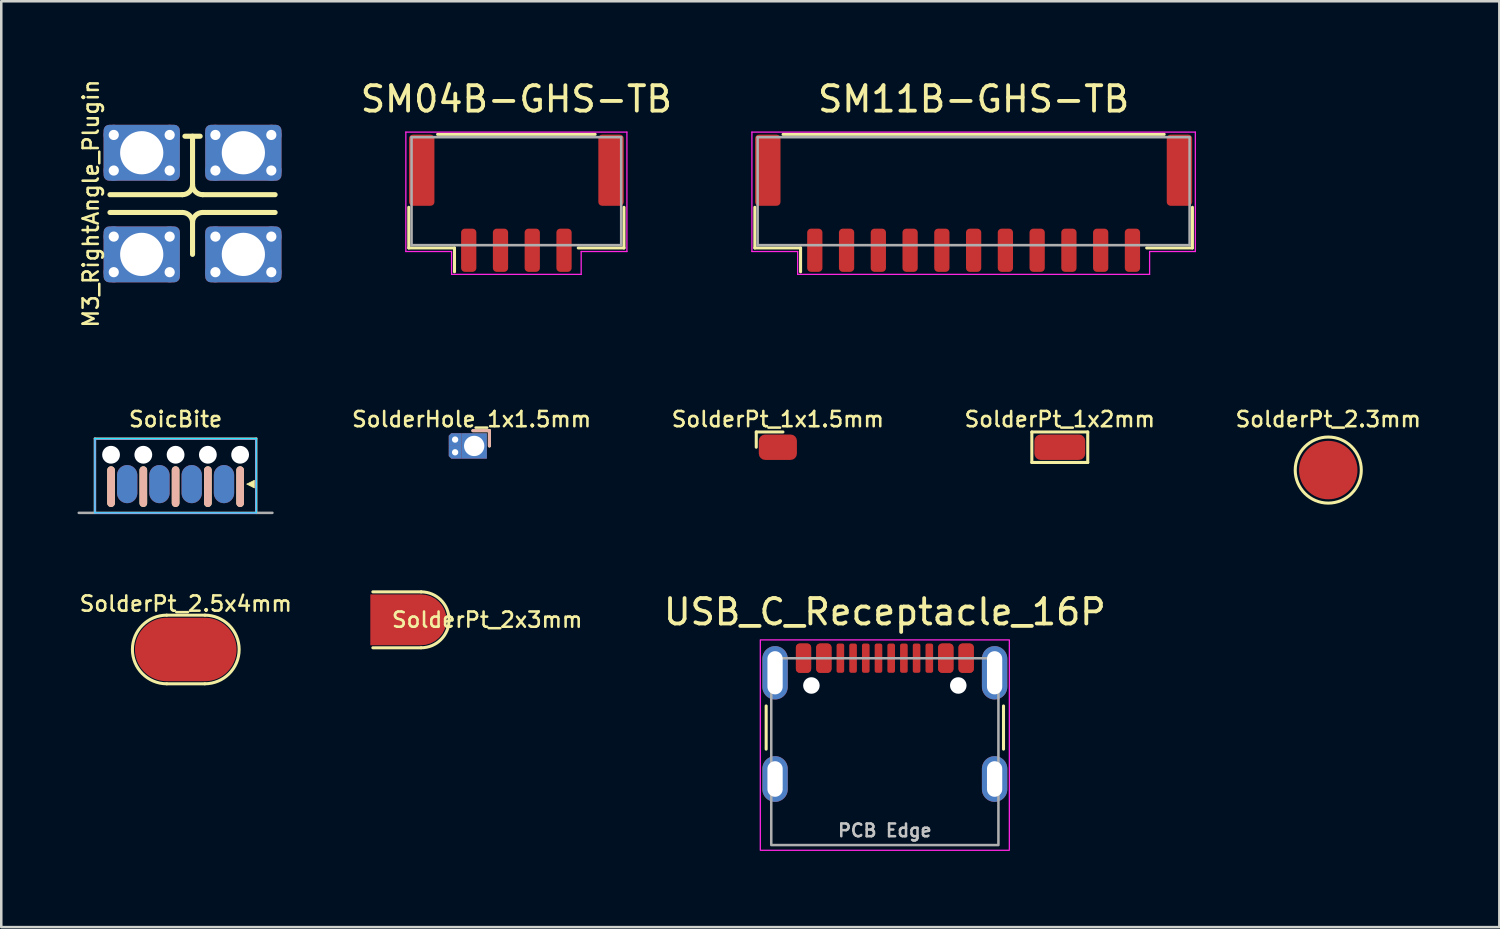
<source format=kicad_pcb>
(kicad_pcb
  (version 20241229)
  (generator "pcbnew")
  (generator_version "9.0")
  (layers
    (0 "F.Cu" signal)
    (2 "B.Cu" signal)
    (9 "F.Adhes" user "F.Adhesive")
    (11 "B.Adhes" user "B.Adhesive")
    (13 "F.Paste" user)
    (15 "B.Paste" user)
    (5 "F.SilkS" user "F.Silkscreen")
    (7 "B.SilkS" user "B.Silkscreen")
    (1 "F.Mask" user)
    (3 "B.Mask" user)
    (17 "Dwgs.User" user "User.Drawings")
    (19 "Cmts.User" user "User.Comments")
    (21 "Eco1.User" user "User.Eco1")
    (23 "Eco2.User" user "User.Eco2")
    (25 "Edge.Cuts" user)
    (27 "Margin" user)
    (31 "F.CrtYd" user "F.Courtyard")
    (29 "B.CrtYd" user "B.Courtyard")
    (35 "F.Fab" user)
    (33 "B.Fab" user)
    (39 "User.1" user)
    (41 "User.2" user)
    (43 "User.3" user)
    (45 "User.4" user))
  (footprint "SolderPt_1x2mm"
    (layer "F.Cu")
    (at 38.656 14.549)
    (property "Reference" "SolderPt_1x2mm" (at 0 -1.1 0) (unlocked yes) (layer "F.SilkS") (effects (font (size 0.6 0.6) (thickness 0.1))))
    (attr smd exclude_from_pos_files exclude_from_bom)
    (fp_line (start -1.1 0.6) (end -1.1 -0.6) (stroke (width 0.12) (type solid)) (layer "F.SilkS"))
    (fp_line (start -1.1 0.6) (end 1.1 0.6) (stroke (width 0.12) (type solid)) (layer "F.SilkS"))
    (fp_line (start 1.1 -0.6) (end -1.1 -0.6) (stroke (width 0.12) (type solid)) (layer "F.SilkS"))
    (fp_line (start 1.1 -0.6) (end 1.1 0.6) (stroke (width 0.12) (type solid)) (layer "F.SilkS"))
    (pad "1" smd roundrect (at 0 0) (size 2 1) (layers "F.Cu" "F.Mask" "F.Paste") (roundrect_rratio 0.25)))
  (footprint "SolderPt_2.3mm"
    (layer "F.Cu")
    (at 49.221 15.449)
    (property "Reference" "SolderPt_2.3mm" (at 0 -2 0) (unlocked yes) (layer "F.SilkS") (effects (font (size 0.6 0.6) (thickness 0.1))))
    (attr smd exclude_from_pos_files exclude_from_bom)
    (fp_circle (center 0 0) (end 1.3 0) (stroke (width 0.12) (type default)) (fill no) (layer "F.SilkS"))
    (pad "1" smd circle (at 0 0) (size 2.3 2.3) (layers "F.Cu" "F.Mask" "F.Paste")))
  (footprint "SoicBite"
    (layer "F.Cu")
    (at 3.86 16.751)
    (property "Reference" "SoicBite" (at 0 -3.302 0) (layer "F.SilkS") (effects (font (size 0.6 0.6) (thickness 0.1))))
    (attr through_hole exclude_from_pos_files exclude_from_bom)
    (fp_line (start -2.54 0) (end -2.54 -1.3) (stroke (width 0.3) (type solid)) (layer "F.SilkS"))
    (fp_line (start -1.27 0) (end -1.27 -1.3) (stroke (width 0.3) (type solid)) (layer "F.SilkS"))
    (fp_line (start 0 0) (end 0 -1.3) (stroke (width 0.3) (type solid)) (layer "F.SilkS"))
    (fp_line (start 1.27 0) (end 1.27 -1.3) (stroke (width 0.3) (type solid)) (layer "F.SilkS"))
    (fp_line (start 2.54 0) (end 2.54 -1.3) (stroke (width 0.3) (type solid)) (layer "F.SilkS"))
    (fp_poly (pts (xy 2.8 -0.75) (xy 3.1 -0.9) (xy 3.1 -0.6)) (stroke (width 0.03) (type solid)) (fill yes) (layer "F.SilkS"))
    (fp_line (start -2.54 0) (end -2.54 -1.3) (stroke (width 0.3) (type solid)) (layer "B.SilkS"))
    (fp_line (start -1.27 0) (end -1.27 -1.3) (stroke (width 0.3) (type solid)) (layer "B.SilkS"))
    (fp_line (start 0 0) (end 0 -1.3) (stroke (width 0.3) (type solid)) (layer "B.SilkS"))
    (fp_line (start 1.27 0) (end 1.27 -1.3) (stroke (width 0.3) (type solid)) (layer "B.SilkS"))
    (fp_line (start 2.54 0) (end 2.54 -1.3) (stroke (width 0.3) (type solid)) (layer "B.SilkS"))
    (fp_line (start -3.175 -2.54) (end 3.175 -2.54) (stroke (width 0.05) (type solid)) (layer "B.CrtYd"))
    (fp_line (start -3.175 0.381) (end -3.175 -2.54) (stroke (width 0.05) (type solid)) (layer "B.CrtYd"))
    (fp_line (start 3.175 -2.54) (end 3.175 0.381) (stroke (width 0.05) (type solid)) (layer "B.CrtYd"))
    (fp_line (start 3.175 0.381) (end -3.175 0.381) (stroke (width 0.05) (type solid)) (layer "B.CrtYd"))
    (fp_line (start -3.175 -2.54) (end -3.175 0.381) (stroke (width 0.05) (type solid)) (layer "F.CrtYd"))
    (fp_line (start -3.175 0.381) (end 3.175 0.381) (stroke (width 0.05) (type solid)) (layer "F.CrtYd"))
    (fp_line (start 3.175 -2.54) (end -3.175 -2.54) (stroke (width 0.05) (type solid)) (layer "F.CrtYd"))
    (fp_line (start 3.175 0.381) (end 3.175 -2.54) (stroke (width 0.05) (type solid)) (layer "F.CrtYd"))
    (fp_line (start -3.81 0.381) (end 3.81 0.381) (stroke (width 0.1) (type solid)) (layer "F.Fab"))
    (fp_line (start -3.175 -2.54) (end -3.175 0.381) (stroke (width 0.1) (type solid)) (layer "F.Fab"))
    (fp_line (start 3.175 -2.54) (end -3.175 -2.54) (stroke (width 0.1) (type solid)) (layer "F.Fab"))
    (fp_line (start 3.175 0.381) (end 3.175 -2.54) (stroke (width 0.1) (type solid)) (layer "F.Fab"))
    (pad "" np_thru_hole circle (at -2.54 -1.905) (size 0.7 0.7) (drill 0.7) (layers "*.Cu" "*.Mask"))
    (pad "" np_thru_hole circle (at -1.27 -1.905) (size 0.7 0.7) (drill 0.7) (layers "*.Cu" "*.Mask"))
    (pad "" np_thru_hole circle (at 0 -1.905) (size 0.7 0.7) (drill 0.7) (layers "*.Cu" "*.Mask"))
    (pad "" np_thru_hole circle (at 1.27 -1.905) (size 0.7 0.7) (drill 0.7) (layers "*.Cu" "*.Mask"))
    (pad "" np_thru_hole circle (at 2.54 -1.905) (size 0.7 0.7) (drill 0.7) (layers "*.Cu" "*.Mask"))
    (pad "1" smd oval (at 1.905 -0.75) (size 0.8 1.5) (layers "F.Cu" "F.Mask"))
    (pad "2" smd oval (at 0.635 -0.75) (size 0.8 1.5) (layers "F.Cu" "F.Mask"))
    (pad "3" smd oval (at -0.635 -0.75) (size 0.8 1.5) (layers "F.Cu" "F.Mask"))
    (pad "4" smd oval (at -1.905 -0.75) (size 0.8 1.5) (layers "F.Cu" "F.Mask"))
    (pad "5" smd oval (at -1.905 -0.75) (size 0.8 1.5) (layers "B.Cu" "B.Mask"))
    (pad "6" smd oval (at -0.635 -0.75) (size 0.8 1.5) (layers "B.Cu" "B.Mask"))
    (pad "7" smd oval (at 0.635 -0.75) (size 0.8 1.5) (layers "B.Cu" "B.Mask"))
    (pad "8" smd oval (at 1.905 -0.75) (size 0.8 1.5) (layers "B.Cu" "B.Mask")))
  (footprint "SolderPt_2.5x4mm"
    (layer "F.Cu")
    (at 4.261 22.509)
    (property "Reference" "SolderPt_2.5x4mm" (at 0 -1.8 0) (unlocked yes) (layer "F.SilkS") (effects (font (size 0.6 0.6) (thickness 0.1))))
    (attr smd exclude_from_pos_files exclude_from_bom)
    (fp_line (start -0.75 1.35) (end 0.75 1.35) (stroke (width 0.12) (type solid)) (layer "F.SilkS"))
    (fp_line (start 0.75 -1.35) (end -0.75 -1.35) (stroke (width 0.12) (type solid)) (layer "F.SilkS"))
    (fp_arc (start -0.75 1.35) (mid -2.1 0) (end -0.75 -1.35) (stroke (width 0.12) (type solid)) (layer "F.SilkS"))
    (fp_arc (start 0.75 -1.35) (mid 2.1 0) (end 0.75 1.35) (stroke (width 0.12) (type solid)) (layer "F.SilkS"))
    (pad "1" smd oval (at 0 0) (size 4 2.5) (layers "F.Cu" "F.Mask" "F.Paste")))
  (footprint "SM11B-GHS-TB"
    (layer "F.Cu")
    (at 35.265 4.848)
    (property "Reference" "SM11B-GHS-TB" (at 0 -4 0) (layer "F.SilkS") (effects (font (size 1 1) (thickness 0.15))))
    (attr smd)
    (fp_line (start -8.61 0.26) (end -8.61 1.86) (stroke (width 0.12) (type solid)) (layer "F.SilkS"))
    (fp_line (start -8.61 1.86) (end -6.81 1.86) (stroke (width 0.12) (type solid)) (layer "F.SilkS"))
    (fp_line (start -7.5 -2.61) (end 7.5 -2.61) (stroke (width 0.12) (type solid)) (layer "F.SilkS"))
    (fp_line (start -6.81 1.86) (end -6.81 2.8) (stroke (width 0.12) (type solid)) (layer "F.SilkS"))
    (fp_line (start 8.61 0.26) (end 8.61 1.86) (stroke (width 0.12) (type solid)) (layer "F.SilkS"))
    (fp_line (start 8.61 1.86) (end 6.81 1.86) (stroke (width 0.12) (type solid)) (layer "F.SilkS"))
    (fp_line (start -8.725 -2.7) (end -8.725 2) (stroke (width 0.05) (type solid)) (layer "F.CrtYd"))
    (fp_line (start -8.725 2) (end -6.925 2) (stroke (width 0.05) (type solid)) (layer "F.CrtYd"))
    (fp_line (start -6.925 2) (end -6.925 2.9) (stroke (width 0.05) (type solid)) (layer "F.CrtYd"))
    (fp_line (start -6.925 2.9) (end 6.925 2.9) (stroke (width 0.05) (type solid)) (layer "F.CrtYd"))
    (fp_line (start 6.925 2) (end 8.725 2) (stroke (width 0.05) (type solid)) (layer "F.CrtYd"))
    (fp_line (start 6.925 2.9) (end 6.925 2) (stroke (width 0.05) (type solid)) (layer "F.CrtYd"))
    (fp_line (start 8.725 -2.7) (end -8.725 -2.7) (stroke (width 0.05) (type solid)) (layer "F.CrtYd"))
    (fp_line (start 8.725 2) (end 8.725 -2.7) (stroke (width 0.05) (type solid)) (layer "F.CrtYd"))
    (fp_line (start -8.5 -2.5) (end 8.5 -2.5) (stroke (width 0.1) (type solid)) (layer "F.Fab"))
    (fp_line (start -8.5 1.75) (end -8.5 -2.5) (stroke (width 0.1) (type solid)) (layer "F.Fab"))
    (fp_line (start -8.5 1.75) (end 8.5 1.75) (stroke (width 0.1) (type solid)) (layer "F.Fab"))
    (fp_line (start 8.5 1.75) (end 8.5 -2.5) (stroke (width 0.1) (type solid)) (layer "F.Fab"))
    (pad "1" smd roundrect (at 6.25 1.95) (size 0.6 1.7) (layers "F.Cu" "F.Mask" "F.Paste") (roundrect_rratio 0.25))
    (pad "2" smd roundrect (at 5 1.95) (size 0.6 1.7) (layers "F.Cu" "F.Mask" "F.Paste") (roundrect_rratio 0.25))
    (pad "3" smd roundrect (at 3.75 1.95) (size 0.6 1.7) (layers "F.Cu" "F.Mask" "F.Paste") (roundrect_rratio 0.25))
    (pad "4" smd roundrect (at 2.5 1.95) (size 0.6 1.7) (layers "F.Cu" "F.Mask" "F.Paste") (roundrect_rratio 0.25))
    (pad "5" smd roundrect (at 1.25 1.95) (size 0.6 1.7) (layers "F.Cu" "F.Mask" "F.Paste") (roundrect_rratio 0.25))
    (pad "6" smd roundrect (at 0 1.95) (size 0.6 1.7) (layers "F.Cu" "F.Mask" "F.Paste") (roundrect_rratio 0.25))
    (pad "7" smd roundrect (at -1.25 1.95) (size 0.6 1.7) (layers "F.Cu" "F.Mask" "F.Paste") (roundrect_rratio 0.25))
    (pad "8" smd roundrect (at -2.5 1.95) (size 0.6 1.7) (layers "F.Cu" "F.Mask" "F.Paste") (roundrect_rratio 0.25))
    (pad "9" smd roundrect (at -3.75 1.95) (size 0.6 1.7) (layers "F.Cu" "F.Mask" "F.Paste") (roundrect_rratio 0.25))
    (pad "10" smd roundrect (at -5 1.95) (size 0.6 1.7) (layers "F.Cu" "F.Mask" "F.Paste") (roundrect_rratio 0.25))
    (pad "11" smd roundrect (at -6.25 1.95) (size 0.6 1.7) (layers "F.Cu" "F.Mask" "F.Paste") (roundrect_rratio 0.25))
    (pad "MP" smd roundrect (at -8.1 -1.2) (size 1 2.8) (layers "F.Cu" "F.Mask" "F.Paste") (roundrect_rratio 0.15))
    (pad "MP" smd roundrect (at 8.1 -1.2) (size 1 2.8) (layers "F.Cu" "F.Mask" "F.Paste") (roundrect_rratio 0.15)))
  (footprint "USB_C_Receptacle_16P"
    (layer "F.Cu")
    (at 31.771 26.531)
    (property "Reference" "USB_C_Receptacle_16P" (at 0 -5.5 0) (unlocked yes) (layer "F.SilkS") (effects (font (size 1 1) (thickness 0.15))))
    (attr smd)
    (fp_line (start -4.67 -0.1) (end -4.67 -1.8) (stroke (width 0.12) (type solid)) (layer "F.SilkS"))
    (fp_line (start 4.67 -0.1) (end 4.67 -1.8) (stroke (width 0.12) (type solid)) (layer "F.SilkS"))
    (fp_rect (start -4.9 -4.4) (end 4.9 3.88) (stroke (width 0.05) (type solid)) (fill no) (layer "F.CrtYd"))
    (fp_rect (start -4.47 -3.675) (end 4.47 3.675) (stroke (width 0.1) (type solid)) (fill no) (layer "F.Fab"))
    (fp_text user "PCB Edge" (at 0 3.1 0) (unlocked yes) (layer "Dwgs.User") (effects (font (size 0.5 0.5) (thickness 0.1))))
    (pad "" np_thru_hole circle (at -2.89 -2.605) (size 0.65 0.65) (drill 0.65) (layers "*.Cu" "*.Mask"))
    (pad "" np_thru_hole circle (at 2.89 -2.605) (size 0.65 0.65) (drill 0.65) (layers "*.Cu" "*.Mask"))
    (pad "A1" smd roundrect (at -3.2 -3.68) (size 0.6 1.15) (layers "F.Cu" "F.Mask" "F.Paste") (roundrect_rratio 0.25))
    (pad "A4" smd roundrect (at -2.4 -3.68) (size 0.6 1.15) (layers "F.Cu" "F.Mask" "F.Paste") (roundrect_rratio 0.25))
    (pad "A5" smd roundrect (at -1.25 -3.68) (size 0.3 1.15) (layers "F.Cu" "F.Mask" "F.Paste") (roundrect_rratio 0.25))
    (pad "A6" smd roundrect (at -0.25 -3.68) (size 0.3 1.15) (layers "F.Cu" "F.Mask" "F.Paste") (roundrect_rratio 0.25))
    (pad "A7" smd roundrect (at 0.25 -3.68) (size 0.3 1.15) (layers "F.Cu" "F.Mask" "F.Paste") (roundrect_rratio 0.25))
    (pad "A8" smd roundrect (at -1.75 -3.68) (size 0.3 1.15) (layers "F.Cu" "F.Mask" "F.Paste") (roundrect_rratio 0.25))
    (pad "A9" smd roundrect (at 2.4 -3.68) (size 0.6 1.15) (layers "F.Cu" "F.Mask" "F.Paste") (roundrect_rratio 0.25))
    (pad "A12" smd roundrect (at 3.2 -3.68) (size 0.6 1.15) (layers "F.Cu" "F.Mask" "F.Paste") (roundrect_rratio 0.25))
    (pad "B1" smd roundrect (at 3.2 -3.68) (size 0.6 1.15) (layers "F.Cu" "F.Mask" "F.Paste") (roundrect_rratio 0.25))
    (pad "B4" smd roundrect (at 2.4 -3.68) (size 0.6 1.15) (layers "F.Cu" "F.Mask" "F.Paste") (roundrect_rratio 0.25))
    (pad "B5" smd roundrect (at 1.75 -3.68) (size 0.3 1.15) (layers "F.Cu" "F.Mask" "F.Paste") (roundrect_rratio 0.25))
    (pad "B6" smd roundrect (at 0.75 -3.68) (size 0.3 1.15) (layers "F.Cu" "F.Mask" "F.Paste") (roundrect_rratio 0.25))
    (pad "B7" smd roundrect (at -0.75 -3.68) (size 0.3 1.15) (layers "F.Cu" "F.Mask" "F.Paste") (roundrect_rratio 0.25))
    (pad "B8" smd roundrect (at 1.25 -3.68) (size 0.3 1.15) (layers "F.Cu" "F.Mask" "F.Paste") (roundrect_rratio 0.25))
    (pad "B9" smd roundrect (at -2.4 -3.68) (size 0.6 1.15) (layers "F.Cu" "F.Mask" "F.Paste") (roundrect_rratio 0.25))
    (pad "B12" smd roundrect (at -3.2 -3.68) (size 0.6 1.15) (layers "F.Cu" "F.Mask" "F.Paste") (roundrect_rratio 0.25))
    (pad "S1" thru_hole oval (at -4.32 -3.105) (size 1 2.1) (drill oval 0.6 1.7) (property pad_prop_heatsink) (layers "*.Cu" "*.Mask" "F.Paste"))
    (pad "S1" thru_hole oval (at -4.32 1.075) (size 1 1.8) (drill oval 0.6 1.4) (property pad_prop_heatsink) (layers "*.Cu" "*.Mask" "F.Paste"))
    (pad "S1" thru_hole oval (at 4.32 -3.105) (size 1 2.1) (drill oval 0.6 1.7) (property pad_prop_heatsink) (layers "*.Cu" "*.Mask" "F.Paste"))
    (pad "S1" thru_hole oval (at 4.32 1.075) (size 1 1.8) (drill oval 0.6 1.4) (property pad_prop_heatsink) (layers "*.Cu" "*.Mask" "F.Paste")))
  (footprint "SolderHole_1x1.5mm"
    (layer "F.Cu")
    (at 15.51 14.499)
    (property "Reference" "SolderHole_1x1.5mm" (at 0 -1.05 0) (unlocked yes) (layer "F.SilkS") (effects (font (size 0.6 0.6) (thickness 0.1))))
    (attr smd exclude_from_pos_files exclude_from_bom)
    (fp_line (start 0.7 -0.6) (end 0.05 -0.6) (stroke (width 0.12) (type solid)) (layer "F.SilkS"))
    (fp_line (start 0.7 0) (end 0.7 -0.6) (stroke (width 0.12) (type solid)) (layer "F.SilkS"))
    (fp_line (start 0.7 -0.6) (end 0.05 -0.6) (stroke (width 0.12) (type solid)) (layer "B.SilkS"))
    (fp_line (start 0.7 -0.6) (end 0.7 0) (stroke (width 0.12) (type solid)) (layer "B.SilkS"))
    (pad "1" thru_hole roundrect (at -0.65 -0.25) (size 0.5 0.5) (drill 0.25) (layers "*.Cu" "*.Mask") (roundrect_rratio 0) (chamfer_ratio 0.2) (chamfer top_left))
    (pad "1" thru_hole roundrect (at -0.65 0.25 90) (size 0.5 0.5) (drill 0.25) (layers "*.Cu" "*.Mask") (roundrect_rratio 0) (chamfer_ratio 0.2) (chamfer top_left))
    (pad "1" thru_hole rect (at 0.1 0 180) (size 1 1) (drill 0.8) (layers "*.Cu" "*.Mask")))
  (footprint "SolderPt_1x1.5mm"
    (layer "F.Cu")
    (at 27.561 14.549)
    (property "Reference" "SolderPt_1x1.5mm" (at 0 -1.1 0) (unlocked yes) (layer "F.SilkS") (effects (font (size 0.6 0.6) (thickness 0.1))))
    (attr smd exclude_from_pos_files exclude_from_bom)
    (fp_line (start -0.85 -0.6) (end 0.2 -0.6) (stroke (width 0.12) (type solid)) (layer "F.SilkS"))
    (fp_line (start -0.85 0) (end -0.85 -0.6) (stroke (width 0.12) (type solid)) (layer "F.SilkS"))
    (pad "1" smd roundrect (at 0 0 90) (size 1 1.5) (layers "F.Cu" "F.Mask" "F.Paste") (roundrect_rratio 0.25)))
  (footprint "M3_RightAngle_Plugin"
    (layer "F.Cu")
    (at 4.527 4.961)
    (property "Reference" "M3_RightAngle_Plugin" (at -4 0 90) (unlocked yes) (layer "F.SilkS") (effects (font (size 0.6 0.6) (thickness 0.1))))
    (attr smd)
    (fp_line (start -0.4 -0.35) (end -3.25 -0.35) (stroke (width 0.2) (type default)) (layer "F.SilkS"))
    (fp_line (start -0.4 0.35) (end -3.25 0.35) (stroke (width 0.2) (type default)) (layer "F.SilkS"))
    (fp_line (start 0 -0.75) (end 0 -2.65) (stroke (width 0.2) (type default)) (layer "F.SilkS"))
    (fp_line (start 0 2) (end 0 0.75) (stroke (width 0.2) (type default)) (layer "F.SilkS"))
    (fp_line (start 0.3 -2.65) (end -0.3 -2.65) (stroke (width 0.2) (type default)) (layer "F.SilkS"))
    (fp_line (start 0.4 -0.35) (end 3.25 -0.35) (stroke (width 0.2) (type default)) (layer "F.SilkS"))
    (fp_line (start 0.4 0.35) (end 3.25 0.35) (stroke (width 0.2) (type default)) (layer "F.SilkS"))
    (fp_arc (start -0.4 0.35) (mid -0.117157 0.467157) (end 0 0.75) (stroke (width 0.2) (type default)) (layer "F.SilkS"))
    (fp_arc (start 0 -0.75) (mid -0.117157 -0.467157) (end -0.4 -0.35) (stroke (width 0.2) (type default)) (layer "F.SilkS"))
    (fp_arc (start 0 0.75) (mid 0.117157 0.467157) (end 0.4 0.35) (stroke (width 0.2) (type default)) (layer "F.SilkS"))
    (fp_arc (start 0.4 -0.35) (mid 0.117157 -0.467157) (end 0 -0.75) (stroke (width 0.2) (type default)) (layer "F.SilkS"))
    (pad "1" thru_hole circle (at -3.1 -2.7 90) (size 0.8 0.8) (drill 0.4) (layers "*.Cu"))
    (pad "1" thru_hole circle (at -3.1 -1.3 90) (size 0.8 0.8) (drill 0.4) (layers "*.Cu"))
    (pad "1" thru_hole circle (at -3.1 1.3 90) (size 0.8 0.8) (drill 0.4) (layers "*.Cu"))
    (pad "1" thru_hole circle (at -3.1 2.7 90) (size 0.8 0.8) (drill 0.4) (layers "*.Cu"))
    (pad "1" thru_hole roundrect (at -2 -2 90) (size 2.2 3) (drill 1.7) (layers "*.Cu" "*.Mask") (roundrect_rratio 0.1))
    (pad "1" thru_hole roundrect (at -2 2 90) (size 2.2 3) (drill 1.7) (layers "*.Cu" "*.Mask") (roundrect_rratio 0.1))
    (pad "1" thru_hole circle (at -0.9 -2.7 90) (size 0.8 0.8) (drill 0.4) (layers "*.Cu"))
    (pad "1" thru_hole circle (at -0.9 -1.3 90) (size 0.8 0.8) (drill 0.4) (layers "*.Cu"))
    (pad "1" thru_hole circle (at -0.9 1.3 90) (size 0.8 0.8) (drill 0.4) (layers "*.Cu"))
    (pad "1" thru_hole circle (at -0.9 2.7 90) (size 0.8 0.8) (drill 0.4) (layers "*.Cu"))
    (pad "1" thru_hole circle (at 0.9 -2.7 90) (size 0.8 0.8) (drill 0.4) (layers "*.Cu"))
    (pad "1" thru_hole circle (at 0.9 -1.3 90) (size 0.8 0.8) (drill 0.4) (layers "*.Cu"))
    (pad "1" thru_hole circle (at 0.9 1.3 90) (size 0.8 0.8) (drill 0.4) (layers "*.Cu"))
    (pad "1" thru_hole circle (at 0.9 2.7 90) (size 0.8 0.8) (drill 0.4) (layers "*.Cu"))
    (pad "1" thru_hole roundrect (at 2 -2 90) (size 2.2 3) (drill 1.7) (layers "*.Cu" "*.Mask") (roundrect_rratio 0.1))
    (pad "1" thru_hole roundrect (at 2 2 90) (size 2.2 3) (drill 1.7) (layers "*.Cu" "*.Mask") (roundrect_rratio 0.1))
    (pad "1" thru_hole circle (at 3.1 -2.7 90) (size 0.8 0.8) (drill 0.4) (layers "*.Cu"))
    (pad "1" thru_hole circle (at 3.1 -1.3 90) (size 0.8 0.8) (drill 0.4) (layers "*.Cu"))
    (pad "1" thru_hole circle (at 3.1 1.3 90) (size 0.8 0.8) (drill 0.4) (layers "*.Cu"))
    (pad "1" thru_hole circle (at 3.1 2.7 90) (size 0.8 0.8) (drill 0.4) (layers "*.Cu")))
  (footprint "SM04B-GHS-TB"
    (layer "F.Cu")
    (at 17.271 4.848)
    (property "Reference" "SM04B-GHS-TB" (at 0 -4 0) (layer "F.SilkS") (effects (font (size 1 1) (thickness 0.15))))
    (attr smd)
    (fp_line (start -4.235 0.26) (end -4.235 1.86) (stroke (width 0.12) (type solid)) (layer "F.SilkS"))
    (fp_line (start -4.235 1.86) (end -2.435 1.86) (stroke (width 0.12) (type solid)) (layer "F.SilkS"))
    (fp_line (start -3.1 -2.61) (end 3.1 -2.61) (stroke (width 0.12) (type solid)) (layer "F.SilkS"))
    (fp_line (start -2.435 1.86) (end -2.435 2.8) (stroke (width 0.12) (type solid)) (layer "F.SilkS"))
    (fp_line (start 4.235 0.26) (end 4.235 1.86) (stroke (width 0.12) (type solid)) (layer "F.SilkS"))
    (fp_line (start 4.235 1.86) (end 2.435 1.86) (stroke (width 0.12) (type solid)) (layer "F.SilkS"))
    (fp_line (start -4.35 -2.7) (end -4.35 2) (stroke (width 0.05) (type solid)) (layer "F.CrtYd"))
    (fp_line (start -4.35 2) (end -2.55 2) (stroke (width 0.05) (type solid)) (layer "F.CrtYd"))
    (fp_line (start -2.55 2) (end -2.55 2.9) (stroke (width 0.05) (type solid)) (layer "F.CrtYd"))
    (fp_line (start -2.55 2.9) (end 2.55 2.9) (stroke (width 0.05) (type solid)) (layer "F.CrtYd"))
    (fp_line (start 2.55 2) (end 4.35 2) (stroke (width 0.05) (type solid)) (layer "F.CrtYd"))
    (fp_line (start 2.55 2.9) (end 2.55 2) (stroke (width 0.05) (type solid)) (layer "F.CrtYd"))
    (fp_line (start 4.35 -2.7) (end -4.35 -2.7) (stroke (width 0.05) (type solid)) (layer "F.CrtYd"))
    (fp_line (start 4.35 2) (end 4.35 -2.7) (stroke (width 0.05) (type solid)) (layer "F.CrtYd"))
    (fp_line (start -4.125 -2.5) (end 4.125 -2.5) (stroke (width 0.1) (type solid)) (layer "F.Fab"))
    (fp_line (start -4.125 1.75) (end -4.125 -2.5) (stroke (width 0.1) (type solid)) (layer "F.Fab"))
    (fp_line (start -4.125 1.75) (end 4.125 1.75) (stroke (width 0.1) (type solid)) (layer "F.Fab"))
    (fp_line (start 4.125 1.75) (end 4.125 -2.5) (stroke (width 0.1) (type solid)) (layer "F.Fab"))
    (pad "1" smd roundrect (at 1.875 1.95) (size 0.6 1.7) (layers "F.Cu" "F.Mask" "F.Paste") (roundrect_rratio 0.25))
    (pad "2" smd roundrect (at 0.625 1.95) (size 0.6 1.7) (layers "F.Cu" "F.Mask" "F.Paste") (roundrect_rratio 0.25))
    (pad "3" smd roundrect (at -0.625 1.95) (size 0.6 1.7) (layers "F.Cu" "F.Mask" "F.Paste") (roundrect_rratio 0.25))
    (pad "4" smd roundrect (at -1.875 1.95) (size 0.6 1.7) (layers "F.Cu" "F.Mask" "F.Paste") (roundrect_rratio 0.25))
    (pad "MP" smd roundrect (at -3.725 -1.2) (size 1 2.8) (layers "F.Cu" "F.Mask" "F.Paste") (roundrect_rratio 0.15))
    (pad "MP" smd roundrect (at 3.725 -1.2) (size 1 2.8) (layers "F.Cu" "F.Mask" "F.Paste") (roundrect_rratio 0.15)))
  (footprint "SolderPt_2x3mm"
    (layer "F.Cu")
    (at 13.023 21.342)
    (property "Reference" "SolderPt_2x3mm" (at 3.1 0 0) (unlocked yes) (layer "F.SilkS") (effects (font (size 0.6 0.6) (thickness 0.1))))
    (attr smd exclude_from_pos_files exclude_from_bom)
    (fp_line (start -1.4 1.1) (end 0.5 1.1) (stroke (width 0.12) (type solid)) (layer "F.SilkS"))
    (fp_line (start 0.5 -1.1) (end -1.4 -1.1) (stroke (width 0.12) (type solid)) (layer "F.SilkS"))
    (fp_arc (start 0.5 -1.1) (mid 1.6 0) (end 0.5 1.1) (stroke (width 0.12) (type solid)) (layer "F.SilkS"))
    (pad "1" smd roundrect (at 0 0) (size 3 2) (layers "F.Cu" "F.Mask" "F.Paste") (roundrect_rratio 0.5) (chamfer_ratio 0) (chamfer top_left bottom_left)))
  (gr_rect
    (start -3 -3)
    (end 55.954 33.436)
    (stroke (width 0.1) (type default))
    (fill no)
    (layer "Edge.Cuts")))
</source>
